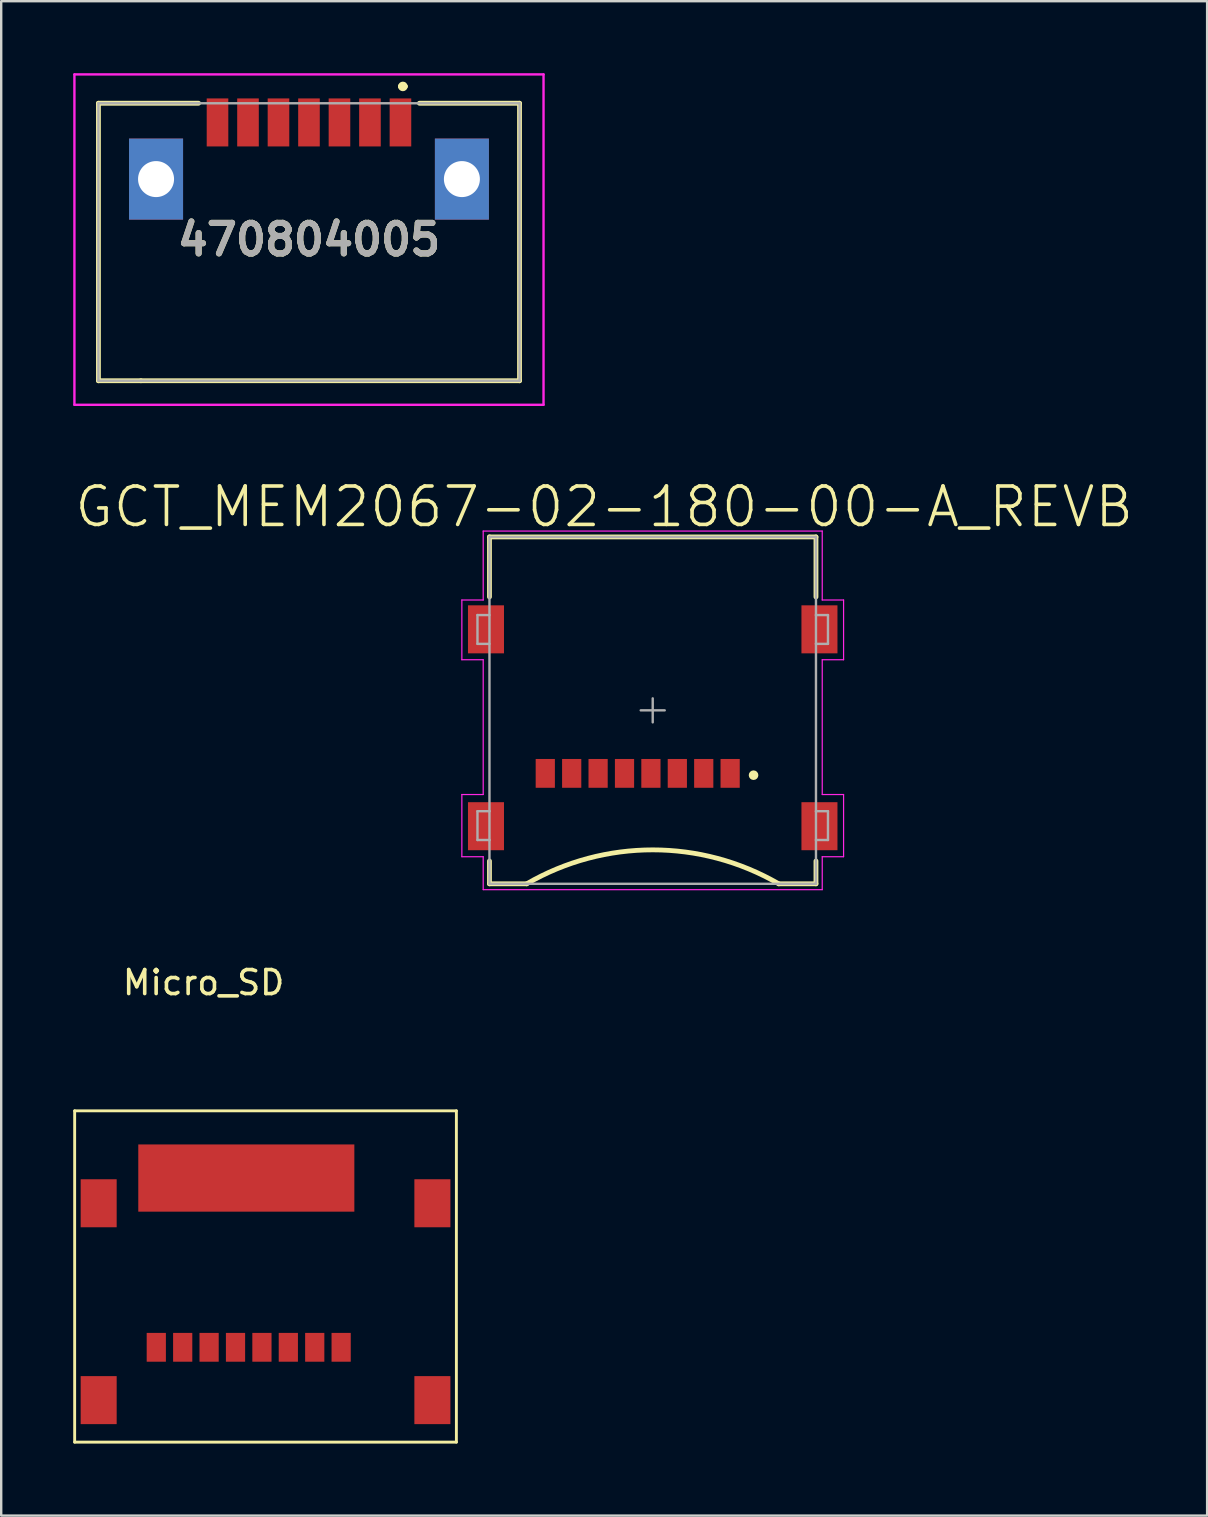
<source format=kicad_pcb>
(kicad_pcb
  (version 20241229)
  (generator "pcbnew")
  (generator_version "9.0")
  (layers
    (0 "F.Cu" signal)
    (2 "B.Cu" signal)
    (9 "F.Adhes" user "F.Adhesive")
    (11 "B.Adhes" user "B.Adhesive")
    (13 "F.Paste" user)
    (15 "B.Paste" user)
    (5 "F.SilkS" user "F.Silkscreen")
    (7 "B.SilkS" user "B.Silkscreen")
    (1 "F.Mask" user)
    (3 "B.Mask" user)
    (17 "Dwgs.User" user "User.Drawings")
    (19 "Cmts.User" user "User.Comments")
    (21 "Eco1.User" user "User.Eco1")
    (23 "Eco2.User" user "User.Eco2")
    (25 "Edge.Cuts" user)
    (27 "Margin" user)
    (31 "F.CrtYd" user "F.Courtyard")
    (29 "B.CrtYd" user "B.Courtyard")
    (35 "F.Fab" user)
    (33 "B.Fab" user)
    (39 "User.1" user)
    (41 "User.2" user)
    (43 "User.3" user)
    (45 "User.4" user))
  (footprint "GCT_MEM2067-02-180-00-A_REVB"
    (layer "F.Cu")
    (at 24.138 26.539)
    (property "Reference" "GCT_MEM2067-02-180-00-A_REVB" (at -2.023 -8.478 0) (layer "F.SilkS") (effects (font (size 1.602 1.602) (thickness 0.15))))
    (attr through_hole)
    (fp_line (start -6.8 -7.225) (end 6.8 -7.225) (stroke (width 0.2) (type solid)) (layer "F.SilkS"))
    (fp_line (start -6.8 -4.725) (end -6.8 -7.225) (stroke (width 0.2) (type solid)) (layer "F.SilkS"))
    (fp_line (start -6.8 7.225) (end -6.8 6.275) (stroke (width 0.2) (type solid)) (layer "F.SilkS"))
    (fp_line (start -6.8 7.225) (end -5.25 7.225) (stroke (width 0.2) (type solid)) (layer "F.SilkS"))
    (fp_line (start 5.25 7.225) (end 6.8 7.225) (stroke (width 0.2) (type solid)) (layer "F.SilkS"))
    (fp_line (start 6.8 -4.725) (end 6.8 -7.225) (stroke (width 0.2) (type solid)) (layer "F.SilkS"))
    (fp_line (start 6.8 7.225) (end 6.8 6.275) (stroke (width 0.2) (type solid)) (layer "F.SilkS"))
    (fp_arc (start -5.25 7.225) (mid 0 5.810899) (end 5.25 7.225) (stroke (width 0.2) (type solid)) (layer "F.SilkS"))
    (fp_circle (center 4.2 2.7) (end 4.3 2.7) (stroke (width 0.2) (type solid)) (fill no) (layer "F.SilkS"))
    (fp_line (start -7.95 -4.597) (end -7.061 -4.597) (stroke (width 0.05) (type solid)) (layer "F.CrtYd"))
    (fp_line (start -7.95 -2.108) (end -7.95 -4.597) (stroke (width 0.05) (type solid)) (layer "F.CrtYd"))
    (fp_line (start -7.95 -2.108) (end -7.061 -2.108) (stroke (width 0.05) (type solid)) (layer "F.CrtYd"))
    (fp_line (start -7.95 3.505) (end -7.061 3.505) (stroke (width 0.05) (type solid)) (layer "F.CrtYd"))
    (fp_line (start -7.95 6.096) (end -7.95 3.505) (stroke (width 0.05) (type solid)) (layer "F.CrtYd"))
    (fp_line (start -7.95 6.096) (end -7.061 6.096) (stroke (width 0.05) (type solid)) (layer "F.CrtYd"))
    (fp_line (start -7.061 -7.468) (end 7.061 -7.468) (stroke (width 0.05) (type solid)) (layer "F.CrtYd"))
    (fp_line (start -7.061 -4.597) (end -7.061 -7.468) (stroke (width 0.05) (type solid)) (layer "F.CrtYd"))
    (fp_line (start -7.061 3.505) (end -7.061 -2.108) (stroke (width 0.05) (type solid)) (layer "F.CrtYd"))
    (fp_line (start -7.061 7.468) (end -7.061 6.096) (stroke (width 0.05) (type solid)) (layer "F.CrtYd"))
    (fp_line (start -7.061 7.468) (end 7.061 7.468) (stroke (width 0.05) (type solid)) (layer "F.CrtYd"))
    (fp_line (start 7.061 -4.597) (end 7.061 -7.468) (stroke (width 0.05) (type solid)) (layer "F.CrtYd"))
    (fp_line (start 7.061 -4.597) (end 7.95 -4.597) (stroke (width 0.05) (type solid)) (layer "F.CrtYd"))
    (fp_line (start 7.061 -2.108) (end 7.95 -2.108) (stroke (width 0.05) (type solid)) (layer "F.CrtYd"))
    (fp_line (start 7.061 3.505) (end 7.061 -2.108) (stroke (width 0.05) (type solid)) (layer "F.CrtYd"))
    (fp_line (start 7.061 3.505) (end 7.95 3.505) (stroke (width 0.05) (type solid)) (layer "F.CrtYd"))
    (fp_line (start 7.061 6.096) (end 7.95 6.096) (stroke (width 0.05) (type solid)) (layer "F.CrtYd"))
    (fp_line (start 7.061 7.468) (end 7.061 6.096) (stroke (width 0.05) (type solid)) (layer "F.CrtYd"))
    (fp_line (start 7.95 -2.108) (end 7.95 -4.597) (stroke (width 0.05) (type solid)) (layer "F.CrtYd"))
    (fp_line (start 7.95 6.096) (end 7.95 3.505) (stroke (width 0.05) (type solid)) (layer "F.CrtYd"))
    (fp_line (start -7.3 -3.97) (end -6.8 -3.97) (stroke (width 0.1) (type solid)) (layer "F.Fab"))
    (fp_line (start -7.3 -2.77) (end -7.3 -3.97) (stroke (width 0.1) (type solid)) (layer "F.Fab"))
    (fp_line (start -7.3 -2.77) (end -6.8 -2.77) (stroke (width 0.1) (type solid)) (layer "F.Fab"))
    (fp_line (start -7.3 4.2) (end -6.8 4.2) (stroke (width 0.1) (type solid)) (layer "F.Fab"))
    (fp_line (start -7.3 5.4) (end -7.3 4.2) (stroke (width 0.1) (type solid)) (layer "F.Fab"))
    (fp_line (start -7.3 5.4) (end -6.8 5.4) (stroke (width 0.1) (type solid)) (layer "F.Fab"))
    (fp_line (start -6.8 -7.225) (end 6.8 -7.225) (stroke (width 0.1) (type solid)) (layer "F.Fab"))
    (fp_line (start -6.8 4.2) (end -6.8 -7.225) (stroke (width 0.1) (type solid)) (layer "F.Fab"))
    (fp_line (start -6.8 5.4) (end -6.8 4.2) (stroke (width 0.1) (type solid)) (layer "F.Fab"))
    (fp_line (start -6.8 7.225) (end -6.8 5.4) (stroke (width 0.1) (type solid)) (layer "F.Fab"))
    (fp_line (start -6.8 7.225) (end 6.8 7.225) (stroke (width 0.1) (type solid)) (layer "F.Fab"))
    (fp_line (start -0.5 0) (end 0.5 0) (stroke (width 0.1) (type solid)) (layer "F.Fab"))
    (fp_line (start 0 0.5) (end 0 -0.5) (stroke (width 0.1) (type solid)) (layer "F.Fab"))
    (fp_line (start 6.8 -3.97) (end 6.8 -7.225) (stroke (width 0.1) (type solid)) (layer "F.Fab"))
    (fp_line (start 6.8 -3.97) (end 7.3 -3.97) (stroke (width 0.1) (type solid)) (layer "F.Fab"))
    (fp_line (start 6.8 -2.77) (end 6.8 -3.97) (stroke (width 0.1) (type solid)) (layer "F.Fab"))
    (fp_line (start 6.8 -2.77) (end 7.3 -2.77) (stroke (width 0.1) (type solid)) (layer "F.Fab"))
    (fp_line (start 6.8 4.2) (end 6.8 -2.77) (stroke (width 0.1) (type solid)) (layer "F.Fab"))
    (fp_line (start 6.8 4.2) (end 7.3 4.2) (stroke (width 0.1) (type solid)) (layer "F.Fab"))
    (fp_line (start 6.8 5.4) (end 6.8 4.2) (stroke (width 0.1) (type solid)) (layer "F.Fab"))
    (fp_line (start 6.8 5.4) (end 7.3 5.4) (stroke (width 0.1) (type solid)) (layer "F.Fab"))
    (fp_line (start 6.8 7.225) (end 6.8 5.4) (stroke (width 0.1) (type solid)) (layer "F.Fab"))
    (fp_line (start 7.3 -2.77) (end 7.3 -3.97) (stroke (width 0.1) (type solid)) (layer "F.Fab"))
    (fp_line (start 7.3 5.4) (end 7.3 4.2) (stroke (width 0.1) (type solid)) (layer "F.Fab"))
    (pad "1" smd rect (at 3.225 2.625) (size 0.8 1.2) (layers "F.Cu" "F.Mask" "F.Paste"))
    (pad "2" smd rect (at 2.125 2.625) (size 0.8 1.2) (layers "F.Cu" "F.Mask" "F.Paste"))
    (pad "3" smd rect (at 1.025 2.625) (size 0.8 1.2) (layers "F.Cu" "F.Mask" "F.Paste"))
    (pad "4" smd rect (at -0.075 2.625) (size 0.8 1.2) (layers "F.Cu" "F.Mask" "F.Paste"))
    (pad "5" smd rect (at -1.175 2.625) (size 0.8 1.2) (layers "F.Cu" "F.Mask" "F.Paste"))
    (pad "6" smd rect (at -2.275 2.625) (size 0.8 1.2) (layers "F.Cu" "F.Mask" "F.Paste"))
    (pad "7" smd rect (at -3.375 2.625) (size 0.8 1.2) (layers "F.Cu" "F.Mask" "F.Paste"))
    (pad "8" smd rect (at -4.475 2.625) (size 0.8 1.2) (layers "F.Cu" "F.Mask" "F.Paste"))
    (pad "9" smd rect (at -6.945 4.825) (size 1.5 2) (layers "F.Cu" "F.Mask" "F.Paste"))
    (pad "10" smd rect (at -6.945 -3.375) (size 1.5 2) (layers "F.Cu" "F.Mask" "F.Paste"))
    (pad "11" smd rect (at 6.945 -3.375) (size 1.5 2) (layers "F.Cu" "F.Mask" "F.Paste"))
    (pad "12" smd rect (at 6.945 4.825) (size 1.5 2) (layers "F.Cu" "F.Mask" "F.Paste"))
    (zone (net_name "") (layer "F.Cu") (hatch full 0.508) (connect_pads) (min_thickness 0.01) (filled_areas_thickness no) (keepout (tracks not_allowed) (vias not_allowed) (pads not_allowed) (copperpour not_allowed) (footprints allowed)) (placement (enabled no)) (fill) (polygon (pts (xy 18.984 20.714) (xy 27.988 20.714) (xy 27.988 23.511) (xy 18.984 23.511)))))
  (footprint "470804005"
    (layer "F.Cu")
    (at 9.82 6.93)
    (property "Reference" "470804005" (at 0 0 0) (layer "F.SilkS") (effects (font (size 1.27 1.27) (thickness 0.254))))
    (attr through_hole)
    (fp_line (start -8.77 -5.68) (end -4.6 -5.68) (stroke (width 0.2) (type solid)) (layer "F.SilkS"))
    (fp_line (start -8.77 5.88) (end -8.77 -5.68) (stroke (width 0.2) (type solid)) (layer "F.SilkS"))
    (fp_line (start -7 5.88) (end -8.77 5.88) (stroke (width 0.2) (type solid)) (layer "F.SilkS"))
    (fp_line (start 3.81 -6.38) (end 3.81 -6.38) (stroke (width 0.2) (type solid)) (layer "F.SilkS"))
    (fp_line (start 4.01 -6.38) (end 4.01 -6.38) (stroke (width 0.2) (type solid)) (layer "F.SilkS"))
    (fp_line (start 4.6 -5.68) (end 8.77 -5.68) (stroke (width 0.2) (type solid)) (layer "F.SilkS"))
    (fp_line (start 8.77 -5.68) (end 8.77 5.88) (stroke (width 0.2) (type solid)) (layer "F.SilkS"))
    (fp_line (start 8.77 5.88) (end -7 5.88) (stroke (width 0.2) (type solid)) (layer "F.SilkS"))
    (fp_arc (start 3.81 -6.38) (mid 3.91 -6.48) (end 4.01 -6.38) (stroke (width 0.2) (type solid)) (layer "F.SilkS"))
    (fp_arc (start 4.01 -6.38) (mid 3.91 -6.28) (end 3.81 -6.38) (stroke (width 0.2) (type solid)) (layer "F.SilkS"))
    (fp_line (start -9.77 -6.88) (end 9.77 -6.88) (stroke (width 0.1) (type solid)) (layer "F.CrtYd"))
    (fp_line (start -9.77 6.88) (end -9.77 -6.88) (stroke (width 0.1) (type solid)) (layer "F.CrtYd"))
    (fp_line (start 9.77 -6.88) (end 9.77 6.88) (stroke (width 0.1) (type solid)) (layer "F.CrtYd"))
    (fp_line (start 9.77 6.88) (end -9.77 6.88) (stroke (width 0.1) (type solid)) (layer "F.CrtYd"))
    (fp_line (start -8.77 -5.68) (end 8.77 -5.68) (stroke (width 0.1) (type solid)) (layer "F.Fab"))
    (fp_line (start -8.77 5.88) (end -8.77 -5.68) (stroke (width 0.1) (type solid)) (layer "F.Fab"))
    (fp_line (start 8.77 -5.68) (end 8.77 5.88) (stroke (width 0.1) (type solid)) (layer "F.Fab"))
    (fp_line (start 8.77 5.88) (end -8.77 5.88) (stroke (width 0.1) (type solid)) (layer "F.Fab"))
    (fp_text user "${REFERENCE}" (at 0 0 0) (layer "F.Fab") (effects (font (size 1.27 1.27) (thickness 0.254))))
    (pad "1" smd rect (at 3.81 -4.88) (size 0.9 2) (layers "F.Cu" "F.Mask" "F.Paste"))
    (pad "2" smd rect (at 2.54 -4.88) (size 0.9 2) (layers "F.Cu" "F.Mask" "F.Paste"))
    (pad "3" smd rect (at 1.27 -4.88) (size 0.9 2) (layers "F.Cu" "F.Mask" "F.Paste"))
    (pad "4" smd rect (at 0 -4.88) (size 0.9 2) (layers "F.Cu" "F.Mask" "F.Paste"))
    (pad "5" smd rect (at -1.27 -4.88) (size 0.9 2) (layers "F.Cu" "F.Mask" "F.Paste"))
    (pad "6" smd rect (at -2.54 -4.88) (size 0.9 2) (layers "F.Cu" "F.Mask" "F.Paste"))
    (pad "7" smd rect (at -3.81 -4.88) (size 0.9 2) (layers "F.Cu" "F.Mask" "F.Paste"))
    (pad "MH1" thru_hole rect (at 6.37 -2.52) (size 2.25 3.375) (drill 1.5) (layers "*.Cu" "*.Mask"))
    (pad "MH2" thru_hole rect (at -6.37 -2.52) (size 2.25 3.375) (drill 1.5) (layers "*.Cu" "*.Mask")))
  (footprint "Micro_SD"
    (layer "F.Cu")
    (at 5.46 51.22)
    (property "Reference" "Micro_SD" (at -0.03 -13.34 0) (layer "F.SilkS") (effects (font (size 1 1) (thickness 0.15))))
    (attr through_hole)
    (fp_line (start -5.4 -8) (end 10.5 -8) (stroke (width 0.12) (type solid)) (layer "F.SilkS"))
    (fp_line (start -5.4 5.8) (end -5.4 -8) (stroke (width 0.12) (type solid)) (layer "F.SilkS"))
    (fp_line (start -5.4 5.8) (end 10.5 5.8) (stroke (width 0.12) (type solid)) (layer "F.SilkS"))
    (fp_line (start 10.5 -8) (end 10.5 5.8) (stroke (width 0.12) (type solid)) (layer "F.SilkS"))
    (pad "1" smd rect (at 5.7 1.85) (size 0.8 1.2) (layers "F.Cu" "F.Mask" "F.Paste"))
    (pad "2" smd rect (at 4.6 1.85) (size 0.8 1.2) (layers "F.Cu" "F.Mask" "F.Paste"))
    (pad "3" smd rect (at 3.5 1.85) (size 0.8 1.2) (layers "F.Cu" "F.Mask" "F.Paste"))
    (pad "4" smd rect (at 2.4 1.85) (size 0.8 1.2) (layers "F.Cu" "F.Mask" "F.Paste"))
    (pad "5" smd rect (at 1.3 1.85) (size 0.8 1.2) (layers "F.Cu" "F.Mask" "F.Paste"))
    (pad "6" smd rect (at 0.2 1.85) (size 0.8 1.2) (layers "F.Cu" "F.Mask" "F.Paste"))
    (pad "7" smd rect (at -0.9 1.85) (size 0.8 1.2) (layers "F.Cu" "F.Mask" "F.Paste"))
    (pad "8" smd rect (at -2 1.85) (size 0.8 1.2) (layers "F.Cu" "F.Mask" "F.Paste"))
    (pad "9" smd rect (at -4.4 -4.15) (size 1.5 2) (layers "F.Cu" "F.Mask" "F.Paste"))
    (pad "9" smd rect (at -4.4 4.05) (size 1.5 2) (layers "F.Cu" "F.Mask" "F.Paste"))
    (pad "9" smd rect (at 1.75 -5.2) (size 9 2.8) (layers "F.Cu" "F.Mask" "F.Paste"))
    (pad "9" smd rect (at 9.5 -4.15) (size 1.5 2) (layers "F.Cu" "F.Mask" "F.Paste"))
    (pad "9" smd rect (at 9.5 4.05) (size 1.5 2) (layers "F.Cu" "F.Mask" "F.Paste")))
  (gr_rect
    (start -3 -3)
    (end 47.231 60.08)
    (stroke (width 0.1) (type default))
    (fill no)
    (layer "Edge.Cuts")))
</source>
